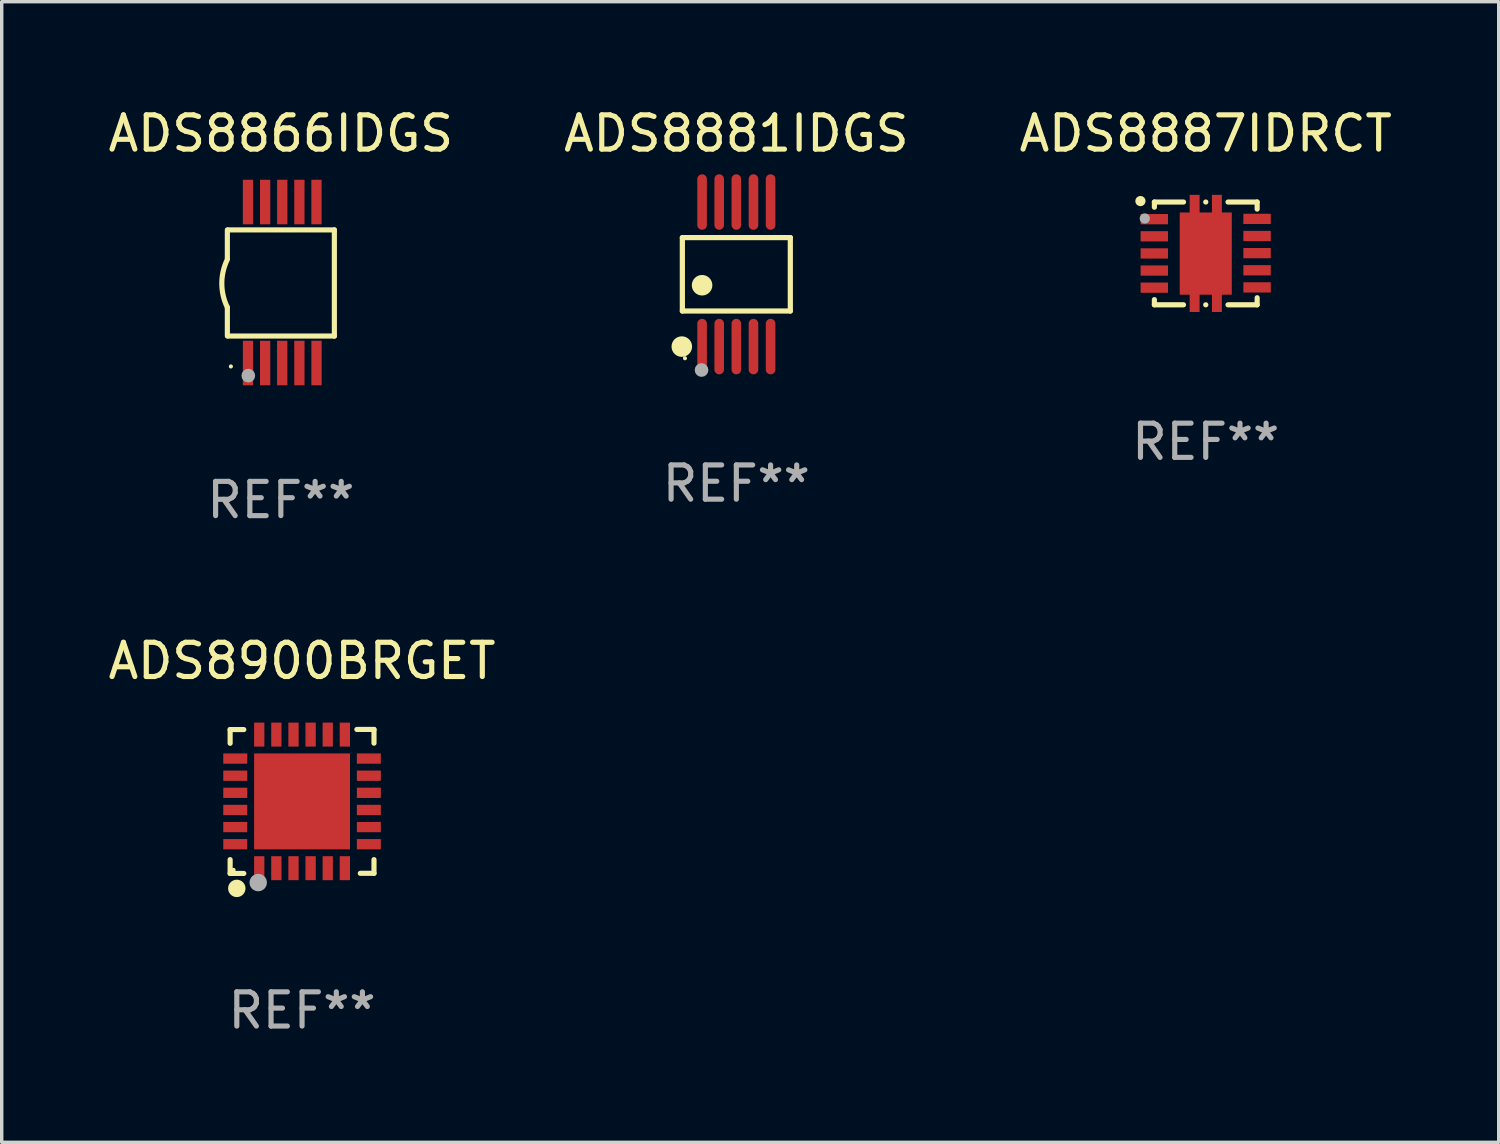
<source format=kicad_pcb>
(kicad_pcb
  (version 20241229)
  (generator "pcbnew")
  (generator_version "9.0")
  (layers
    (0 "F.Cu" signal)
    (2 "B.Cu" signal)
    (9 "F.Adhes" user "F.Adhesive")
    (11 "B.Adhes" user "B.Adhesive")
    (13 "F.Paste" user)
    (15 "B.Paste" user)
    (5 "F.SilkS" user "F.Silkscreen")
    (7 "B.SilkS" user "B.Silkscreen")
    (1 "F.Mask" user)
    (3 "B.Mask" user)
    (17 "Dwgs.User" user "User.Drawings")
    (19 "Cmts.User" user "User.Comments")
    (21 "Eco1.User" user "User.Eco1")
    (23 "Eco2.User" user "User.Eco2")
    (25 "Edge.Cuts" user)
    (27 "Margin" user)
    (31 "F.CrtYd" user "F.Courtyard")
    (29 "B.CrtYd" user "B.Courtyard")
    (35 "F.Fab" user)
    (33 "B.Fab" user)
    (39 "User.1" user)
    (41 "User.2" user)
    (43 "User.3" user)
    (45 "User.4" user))
  (footprint "ADS8866IDGS"
    (layer "F.Cu")
    (at 5.149 5.198)
    (property "Reference" "ADS8866IDGS" (at 0 -4.35 0) (layer "F.SilkS") (effects (font (size 1 1) (thickness 0.15))))
    (attr through_hole)
    (fp_line (start -1.562 -1.537) (end -1.562 -0.698) (stroke (width 0.15) (type solid)) (layer "F.SilkS"))
    (fp_line (start -1.562 0.724) (end -1.562 1.562) (stroke (width 0.15) (type solid)) (layer "F.SilkS"))
    (fp_line (start -1.538 -1.537) (end 1.562 -1.537) (stroke (width 0.15) (type solid)) (layer "F.SilkS"))
    (fp_line (start -1.538 1.562) (end 1.562 1.562) (stroke (width 0.15) (type solid)) (layer "F.SilkS"))
    (fp_line (start 1.562 1.564) (end 1.562 -1.537) (stroke (width 0.15) (type solid)) (layer "F.SilkS"))
    (fp_arc (start -1.562103 0.724079) (mid -1.723579 0.025578) (end -1.562103 -0.672924) (stroke (width 0.150013) (type solid)) (layer "F.SilkS"))
    (fp_circle (center -1.459 2.45) (end -1.429 2.45) (stroke (width 0.06) (type solid)) (fill no) (layer "F.SilkS"))
    (fp_circle (center -0.95 2.718) (end -0.85 2.718) (stroke (width 0.2) (type solid)) (fill no) (layer "F.Fab"))
    (fp_text user "REF**" (at 0 6.35 0) (layer "F.Fab") (effects (font (size 1 1) (thickness 0.15))))
    (pad "1" smd rect (at -0.959 2.35) (size 0.3 1.3) (layers "F.Cu" "F.Mask" "F.Paste"))
    (pad "2" smd rect (at -0.459 2.35) (size 0.3 1.3) (layers "F.Cu" "F.Mask" "F.Paste"))
    (pad "3" smd rect (at 0.04 2.35) (size 0.3 1.3) (layers "F.Cu" "F.Mask" "F.Paste"))
    (pad "4" smd rect (at 0.541 2.35) (size 0.3 1.3) (layers "F.Cu" "F.Mask" "F.Paste"))
    (pad "5" smd rect (at 1.041 2.35) (size 0.3 1.3) (layers "F.Cu" "F.Mask" "F.Paste"))
    (pad "6" smd rect (at 1.04 -2.35) (size 0.3 1.3) (layers "F.Cu" "F.Mask" "F.Paste"))
    (pad "7" smd rect (at 0.541 -2.35) (size 0.3 1.3) (layers "F.Cu" "F.Mask" "F.Paste"))
    (pad "8" smd rect (at 0.041 -2.35) (size 0.3 1.3) (layers "F.Cu" "F.Mask" "F.Paste"))
    (pad "9" smd rect (at -0.459 -2.35) (size 0.3 1.3) (layers "F.Cu" "F.Mask" "F.Paste"))
    (pad "10" smd rect (at -0.96 -2.35) (size 0.3 1.3) (layers "F.Cu" "F.Mask" "F.Paste")))
  (footprint "ADS8900BRGET"
    (layer "F.Cu")
    (at 5.768 20.347)
    (property "Reference" "ADS8900BRGET" (at 0 -4.102 0) (layer "F.SilkS") (effects (font (size 1 1) (thickness 0.15))))
    (attr through_hole)
    (fp_line (start -2.1 -2.098) (end -1.7 -2.098) (stroke (width 0.15) (type solid)) (layer "F.SilkS"))
    (fp_line (start -2.1 -1.698) (end -2.1 -2.098) (stroke (width 0.15) (type solid)) (layer "F.SilkS"))
    (fp_line (start -2.1 2.102) (end -2.1 1.698) (stroke (width 0.15) (type solid)) (layer "F.SilkS"))
    (fp_line (start -1.7 2.102) (end -2.1 2.102) (stroke (width 0.15) (type solid)) (layer "F.SilkS"))
    (fp_line (start 1.6 -2.102) (end 2.1 -2.102) (stroke (width 0.15) (type solid)) (layer "F.SilkS"))
    (fp_line (start 1.7 2.098) (end 2.1 2.098) (stroke (width 0.15) (type solid)) (layer "F.SilkS"))
    (fp_line (start 2.1 -2.102) (end 2.1 -1.702) (stroke (width 0.15) (type solid)) (layer "F.SilkS"))
    (fp_line (start 2.1 2.098) (end 2.1 1.698) (stroke (width 0.15) (type solid)) (layer "F.SilkS"))
    (fp_circle (center -2 1.998) (end -1.97 1.998) (stroke (width 0.06) (type solid)) (fill no) (layer "F.SilkS"))
    (fp_circle (center -1.905 2.538) (end -1.778 2.538) (stroke (width 0.254) (type solid)) (fill no) (layer "F.SilkS"))
    (fp_circle (center -1.28 2.368) (end -1.153 2.368) (stroke (width 0.254) (type solid)) (fill no) (layer "F.Fab"))
    (fp_text user "REF**" (at 0 6.102 0) (layer "F.Fab") (effects (font (size 1 1) (thickness 0.15))))
    (pad "1" smd rect (at -1.25 1.948 180) (size 0.3 0.7) (layers "F.Cu" "F.Mask" "F.Paste"))
    (pad "2" smd rect (at -0.75 1.948 180) (size 0.3 0.7) (layers "F.Cu" "F.Mask" "F.Paste"))
    (pad "3" smd rect (at -0.25 1.948 180) (size 0.3 0.7) (layers "F.Cu" "F.Mask" "F.Paste"))
    (pad "4" smd rect (at 0.25 1.948 180) (size 0.3 0.7) (layers "F.Cu" "F.Mask" "F.Paste"))
    (pad "5" smd rect (at 0.75 1.948 180) (size 0.3 0.7) (layers "F.Cu" "F.Mask" "F.Paste"))
    (pad "6" smd rect (at 1.25 1.948 180) (size 0.3 0.7) (layers "F.Cu" "F.Mask" "F.Paste"))
    (pad "7" smd rect (at 1.95 1.248 270) (size 0.3 0.7) (layers "F.Cu" "F.Mask" "F.Paste"))
    (pad "8" smd rect (at 1.95 0.748 270) (size 0.3 0.7) (layers "F.Cu" "F.Mask" "F.Paste"))
    (pad "9" smd rect (at 1.95 0.248 270) (size 0.3 0.7) (layers "F.Cu" "F.Mask" "F.Paste"))
    (pad "10" smd rect (at 1.95 -0.252 270) (size 0.3 0.7) (layers "F.Cu" "F.Mask" "F.Paste"))
    (pad "11" smd rect (at 1.95 -0.752 270) (size 0.3 0.7) (layers "F.Cu" "F.Mask" "F.Paste"))
    (pad "12" smd rect (at 1.95 -1.252 270) (size 0.3 0.7) (layers "F.Cu" "F.Mask" "F.Paste"))
    (pad "13" smd rect (at 1.25 -1.952) (size 0.3 0.7) (layers "F.Cu" "F.Mask" "F.Paste"))
    (pad "14" smd rect (at 0.75 -1.952) (size 0.3 0.7) (layers "F.Cu" "F.Mask" "F.Paste"))
    (pad "15" smd rect (at 0.25 -1.952) (size 0.3 0.7) (layers "F.Cu" "F.Mask" "F.Paste"))
    (pad "16" smd rect (at -0.25 -1.952) (size 0.3 0.7) (layers "F.Cu" "F.Mask" "F.Paste"))
    (pad "17" smd rect (at -0.75 -1.952) (size 0.3 0.7) (layers "F.Cu" "F.Mask" "F.Paste"))
    (pad "18" smd rect (at -1.25 -1.952) (size 0.3 0.7) (layers "F.Cu" "F.Mask" "F.Paste"))
    (pad "19" smd rect (at -1.95 -1.252 90) (size 0.3 0.7) (layers "F.Cu" "F.Mask" "F.Paste"))
    (pad "20" smd rect (at -1.95 -0.752 90) (size 0.3 0.7) (layers "F.Cu" "F.Mask" "F.Paste"))
    (pad "21" smd rect (at -1.95 -0.252 90) (size 0.3 0.7) (layers "F.Cu" "F.Mask" "F.Paste"))
    (pad "22" smd rect (at -1.95 0.248 90) (size 0.3 0.7) (layers "F.Cu" "F.Mask" "F.Paste"))
    (pad "23" smd rect (at -1.95 0.748 90) (size 0.3 0.7) (layers "F.Cu" "F.Mask" "F.Paste"))
    (pad "24" smd rect (at -1.95 1.248 90) (size 0.3 0.7) (layers "F.Cu" "F.Mask" "F.Paste"))
    (pad "25" smd rect (at 0.000038 -0.002) (size 2.8 2.8) (layers "F.Cu" "F.Mask" "F.Paste")))
  (footprint "ADS8887IDRCT"
    (layer "F.Cu")
    (at 32.149 4.348)
    (property "Reference" "ADS8887IDRCT" (at 0 -3.5 0) (layer "F.SilkS") (effects (font (size 1 1) (thickness 0.15))))
    (attr through_hole)
    (fp_line (start -1.499 -1.5) (end -1.499 -1.349) (stroke (width 0.15) (type solid)) (layer "F.SilkS"))
    (fp_line (start -1.499 -1.5) (end -0.648 -1.5) (stroke (width 0.15) (type solid)) (layer "F.SilkS"))
    (fp_line (start -1.499 1.349) (end -1.499 1.5) (stroke (width 0.15) (type solid)) (layer "F.SilkS"))
    (fp_line (start -0.648 1.5) (end -1.499 1.5) (stroke (width 0.15) (type solid)) (layer "F.SilkS"))
    (fp_line (start -0.000203 -1.5) (end 0.002 -1.5) (stroke (width 0.15) (type solid)) (layer "F.SilkS"))
    (fp_line (start 0.002 1.5) (end -0.000203 1.5) (stroke (width 0.15) (type solid)) (layer "F.SilkS"))
    (fp_line (start 0.65 -1.5) (end 1.501 -1.5) (stroke (width 0.15) (type solid)) (layer "F.SilkS"))
    (fp_line (start 1.501 -1.5) (end 1.501 -1.294) (stroke (width 0.15) (type solid)) (layer "F.SilkS"))
    (fp_line (start 1.501 1.294) (end 1.501 1.5) (stroke (width 0.15) (type solid)) (layer "F.SilkS"))
    (fp_line (start 1.501 1.5) (end 0.65 1.5) (stroke (width 0.15) (type solid)) (layer "F.SilkS"))
    (fp_circle (center -1.906 -1.528) (end -1.831 -1.528) (stroke (width 0.15) (type solid)) (fill no) (layer "F.SilkS"))
    (fp_circle (center -1.471 -1.474) (end -1.441 -1.474) (stroke (width 0.06) (type solid)) (fill no) (layer "F.SilkS"))
    (fp_circle (center -1.779 -1.02) (end -1.704 -1.02) (stroke (width 0.15) (type solid)) (fill no) (layer "F.Fab"))
    (fp_text user "REF**" (at 0 5.5 0) (layer "F.Fab") (effects (font (size 1 1) (thickness 0.15))))
    (pad "1" smd rect (at -1.501 -1) (size 0.8 0.3) (layers "F.Cu" "F.Mask" "F.Paste"))
    (pad "2" smd rect (at -1.501 -0.5) (size 0.8 0.3) (layers "F.Cu" "F.Mask" "F.Paste"))
    (pad "3" smd rect (at -1.501 0.000102) (size 0.8 0.3) (layers "F.Cu" "F.Mask" "F.Paste"))
    (pad "4" smd rect (at -1.501 0.5) (size 0.8 0.3) (layers "F.Cu" "F.Mask" "F.Paste"))
    (pad "5" smd rect (at -1.501 1) (size 0.8 0.3) (layers "F.Cu" "F.Mask" "F.Paste"))
    (pad "6" smd rect (at 1.499 0.992) (size 0.8 0.3) (layers "F.Cu" "F.Mask" "F.Paste"))
    (pad "7" smd rect (at 1.499 0.492) (size 0.8 0.3) (layers "F.Cu" "F.Mask" "F.Paste"))
    (pad "8" smd rect (at 1.499 -0.008) (size 0.8 0.3) (layers "F.Cu" "F.Mask" "F.Paste"))
    (pad "9" smd rect (at 1.499 -0.508) (size 0.8 0.3) (layers "F.Cu" "F.Mask" "F.Paste"))
    (pad "10" smd rect (at 1.499 -1.008) (size 0.8 0.3) (layers "F.Cu" "F.Mask" "F.Paste"))
    (pad "11" smd custom (at 0.001 0.005) (size 1.52 3.42) (layers "F.Cu" "F.Mask" "F.Paste") (options (anchor circle)) (primitives (gr_poly (pts (xy -0.76 -1.2) (xy -0.47 -1.2) (xy -0.47 -1.715) (xy -0.18 -1.715) (xy -0.18 -1.2) (xy 0.18 -1.2) (xy 0.18 -1.715) (xy 0.47 -1.715) (xy 0.47 -1.2) (xy 0.76 -1.2) (xy 0.76 1.2) (xy 0.47 1.2) (xy 0.47 1.705) (xy 0.18 1.705) (xy 0.18 1.2) (xy -0.18 1.2) (xy -0.18 1.705) (xy -0.47 1.705) (xy -0.47 1.2) (xy -0.76 1.2) (xy -0.76 -0.895) (xy -0.76 -0.895)) (width 0) (fill yes)))))
  (footprint "ADS8881IDGS"
    (layer "F.Cu")
    (at 18.446 4.958)
    (property "Reference" "ADS8881IDGS" (at 0 -4.11 0) (layer "F.SilkS") (effects (font (size 1 1) (thickness 0.15))))
    (attr through_hole)
    (fp_line (start -1.576 -1.071) (end 1.576 -1.071) (stroke (width 0.152) (type solid)) (layer "F.SilkS"))
    (fp_line (start -1.576 1.071) (end -1.576 -1.071) (stroke (width 0.152) (type solid)) (layer "F.SilkS"))
    (fp_line (start 1.576 -1.071) (end 1.576 1.071) (stroke (width 0.152) (type solid)) (layer "F.SilkS"))
    (fp_line (start 1.576 1.071) (end -1.576 1.071) (stroke (width 0.152) (type solid)) (layer "F.SilkS"))
    (fp_circle (center -1.592 2.11) (end -1.442 2.11) (stroke (width 0.3) (type solid)) (fill no) (layer "F.SilkS"))
    (fp_circle (center -1.5 2.45) (end -1.47 2.45) (stroke (width 0.06) (type solid)) (fill no) (layer "F.SilkS"))
    (fp_circle (center -1 0.319) (end -0.85 0.319) (stroke (width 0.3) (type solid)) (fill no) (layer "F.SilkS"))
    (fp_circle (center -1.016 2.794) (end -0.916 2.794) (stroke (width 0.2) (type solid)) (fill no) (layer "F.Fab"))
    (fp_text user "REF**" (at 0 6.11 0) (layer "F.Fab") (effects (font (size 1 1) (thickness 0.15))))
    (pad "1" smd oval (at -1 2.11) (size 0.28 1.62) (layers "F.Cu" "F.Mask" "F.Paste"))
    (pad "2" smd oval (at -0.5 2.11) (size 0.28 1.62) (layers "F.Cu" "F.Mask" "F.Paste"))
    (pad "3" smd oval (at 0 2.11) (size 0.28 1.62) (layers "F.Cu" "F.Mask" "F.Paste"))
    (pad "4" smd oval (at 0.5 2.11) (size 0.28 1.62) (layers "F.Cu" "F.Mask" "F.Paste"))
    (pad "5" smd oval (at 1 2.11) (size 0.28 1.62) (layers "F.Cu" "F.Mask" "F.Paste"))
    (pad "6" smd oval (at 1 -2.11) (size 0.28 1.62) (layers "F.Cu" "F.Mask" "F.Paste"))
    (pad "7" smd oval (at 0.5 -2.11) (size 0.28 1.62) (layers "F.Cu" "F.Mask" "F.Paste"))
    (pad "8" smd oval (at 0 -2.11) (size 0.28 1.62) (layers "F.Cu" "F.Mask" "F.Paste"))
    (pad "9" smd oval (at -0.5 -2.11) (size 0.28 1.62) (layers "F.Cu" "F.Mask" "F.Paste"))
    (pad "10" smd oval (at -1 -2.11) (size 0.28 1.62) (layers "F.Cu" "F.Mask" "F.Paste")))
  (gr_rect
    (start -3 -3)
    (end 40.702 30.297)
    (stroke (width 0.1) (type default))
    (fill no)
    (layer "Edge.Cuts")))
</source>
